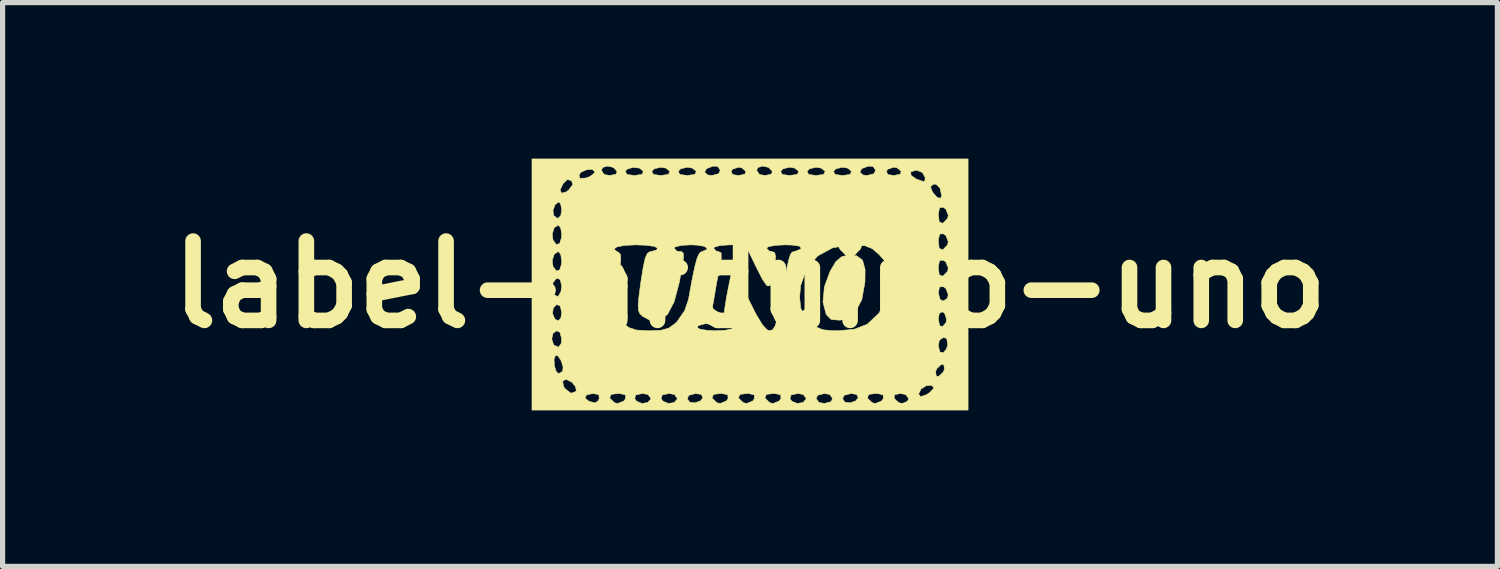
<source format=kicad_pcb>
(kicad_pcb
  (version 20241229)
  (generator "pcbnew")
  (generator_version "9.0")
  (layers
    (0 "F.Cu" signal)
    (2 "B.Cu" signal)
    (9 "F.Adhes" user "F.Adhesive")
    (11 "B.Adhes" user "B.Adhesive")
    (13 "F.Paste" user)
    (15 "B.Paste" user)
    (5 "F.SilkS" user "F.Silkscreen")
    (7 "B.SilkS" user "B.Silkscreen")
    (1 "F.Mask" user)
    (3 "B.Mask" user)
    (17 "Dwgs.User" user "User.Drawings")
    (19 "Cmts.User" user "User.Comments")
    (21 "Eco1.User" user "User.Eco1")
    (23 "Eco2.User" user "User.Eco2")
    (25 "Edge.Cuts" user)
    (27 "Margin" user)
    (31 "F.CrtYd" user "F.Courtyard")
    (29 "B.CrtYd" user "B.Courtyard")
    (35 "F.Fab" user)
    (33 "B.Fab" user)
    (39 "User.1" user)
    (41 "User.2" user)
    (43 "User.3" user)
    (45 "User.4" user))
  (footprint "label-arduino-uno"
    (layer "F.Cu")
    (at 11.365 2.418)
    (property "Reference" "label-arduino-uno" (at 0 0 0) (layer "F.SilkS") (effects (font (size 1.524 1.524) (thickness 0.3))))
    (attr through_hole)
    (fp_poly (pts (xy 2.048 -0.553) (xy 2.162 -0.468) (xy 2.211 -0.292) (xy 2.209 -0.049) (xy 2.148 0.292) (xy 2.022 0.531) (xy 1.836 0.663) (xy 1.728 0.686) (xy 1.561 0.673) (xy 1.465 0.579) (xy 1.465 0.579) (xy 1.402 0.338) (xy 1.429 0.044) (xy 1.54 -0.256) (xy 1.651 -0.442) (xy 1.762 -0.534) (xy 1.861 -0.56) (xy 2.048 -0.553)) (stroke (width 0.01) (type solid)) (fill yes) (layer "F.SilkS"))
    (fp_poly (pts (xy 4.191 2.413) (xy -4.191 2.413) (xy -4.191 2.182) (xy -3.172 2.182) (xy -3.096 2.244) (xy -2.976 2.277) (xy -2.916 2.232) (xy -2.898 2.191) (xy -2.9 2.171) (xy -2.696 2.171) (xy -2.69 2.191) (xy -2.603 2.273) (xy -2.54 2.286) (xy -2.425 2.239) (xy -2.391 2.192) (xy -2.217 2.192) (xy -2.18 2.244) (xy -2.077 2.286) (xy -1.965 2.268) (xy -1.906 2.2) (xy -1.905 2.192) (xy -1.709 2.192) (xy -1.672 2.244) (xy -1.569 2.286) (xy -1.457 2.268) (xy -1.398 2.2) (xy -1.397 2.195) (xy -1.206 2.195) (xy -1.16 2.262) (xy -1.056 2.274) (xy -0.95 2.235) (xy -0.905 2.175) (xy -0.907 2.171) (xy -0.728 2.171) (xy -0.721 2.191) (xy -0.635 2.273) (xy -0.572 2.286) (xy -0.456 2.239) (xy -0.422 2.191) (xy -0.423 2.171) (xy -0.22 2.171) (xy -0.213 2.191) (xy -0.127 2.273) (xy -0.064 2.286) (xy 0.052 2.239) (xy 0.086 2.191) (xy 0.085 2.171) (xy 0.288 2.171) (xy 0.295 2.191) (xy 0.381 2.273) (xy 0.445 2.286) (xy 0.56 2.239) (xy 0.594 2.192) (xy 0.767 2.192) (xy 0.804 2.244) (xy 0.907 2.286) (xy 1.02 2.268) (xy 1.079 2.2) (xy 1.079 2.191) (xy 1.27 2.191) (xy 1.325 2.267) (xy 1.429 2.286) (xy 1.556 2.253) (xy 1.585 2.195) (xy 1.778 2.195) (xy 1.825 2.262) (xy 1.929 2.274) (xy 2.034 2.235) (xy 2.08 2.175) (xy 2.078 2.171) (xy 2.257 2.171) (xy 2.263 2.191) (xy 2.35 2.273) (xy 2.413 2.286) (xy 2.528 2.239) (xy 2.563 2.191) (xy 2.771 2.191) (xy 2.858 2.271) (xy 2.928 2.286) (xy 3.027 2.244) (xy 3.048 2.191) (xy 2.993 2.114) (xy 2.934 2.103) (xy 3.239 2.103) (xy 3.279 2.156) (xy 3.391 2.118) (xy 3.458 2.073) (xy 3.532 1.994) (xy 3.499 1.941) (xy 3.397 1.94) (xy 3.289 2.006) (xy 3.239 2.102) (xy 3.239 2.103) (xy 2.934 2.103) (xy 2.891 2.095) (xy 2.779 2.117) (xy 2.771 2.191) (xy 2.563 2.191) (xy 2.557 2.121) (xy 2.452 2.096) (xy 2.413 2.095) (xy 2.283 2.112) (xy 2.257 2.171) (xy 2.078 2.171) (xy 2.049 2.113) (xy 1.942 2.095) (xy 1.809 2.129) (xy 1.778 2.195) (xy 1.585 2.195) (xy 1.587 2.191) (xy 1.532 2.114) (xy 1.429 2.095) (xy 1.301 2.129) (xy 1.27 2.191) (xy 1.079 2.191) (xy 1.024 2.114) (xy 0.921 2.095) (xy 0.79 2.122) (xy 0.767 2.192) (xy 0.594 2.192) (xy 0.594 2.191) (xy 0.589 2.121) (xy 0.484 2.096) (xy 0.445 2.095) (xy 0.315 2.112) (xy 0.288 2.171) (xy 0.085 2.171) (xy 0.081 2.121) (xy -0.024 2.096) (xy -0.064 2.095) (xy -0.193 2.112) (xy -0.22 2.171) (xy -0.423 2.171) (xy -0.427 2.121) (xy -0.532 2.096) (xy -0.572 2.095) (xy -0.701 2.112) (xy -0.728 2.171) (xy -0.907 2.171) (xy -0.936 2.113) (xy -1.042 2.095) (xy -1.176 2.129) (xy -1.206 2.195) (xy -1.397 2.195) (xy -1.397 2.191) (xy -1.452 2.114) (xy -1.556 2.095) (xy -1.687 2.122) (xy -1.709 2.192) (xy -1.905 2.192) (xy -1.905 2.191) (xy -1.96 2.114) (xy -2.064 2.095) (xy -2.195 2.122) (xy -2.217 2.192) (xy -2.391 2.192) (xy -2.39 2.191) (xy -2.396 2.121) (xy -2.501 2.096) (xy -2.54 2.095) (xy -2.67 2.112) (xy -2.696 2.171) (xy -2.9 2.171) (xy -2.906 2.117) (xy -3.018 2.095) (xy -3.142 2.122) (xy -3.172 2.182) (xy -4.191 2.182) (xy -4.191 1.858) (xy -3.601 1.858) (xy -3.584 1.96) (xy -3.554 2.003) (xy -3.441 2.09) (xy -3.35 2.057) (xy -3.339 2.04) (xy -3.354 1.962) (xy -3.424 1.878) (xy -3.537 1.821) (xy -3.601 1.858) (xy -4.191 1.858) (xy -4.191 1.437) (xy -3.767 1.437) (xy -3.76 1.562) (xy -3.724 1.675) (xy -3.679 1.714) (xy -3.618 1.679) (xy 3.566 1.679) (xy 3.58 1.763) (xy 3.629 1.764) (xy 3.714 1.684) (xy 3.737 1.623) (xy 3.723 1.539) (xy 3.673 1.538) (xy 3.589 1.618) (xy 3.566 1.679) (xy -3.618 1.679) (xy -3.601 1.67) (xy -3.599 1.667) (xy -3.594 1.577) (xy -3.632 1.462) (xy -3.69 1.374) (xy -3.737 1.36) (xy -3.767 1.437) (xy -4.191 1.437) (xy -4.191 1.049) (xy -3.811 1.049) (xy -3.775 1.156) (xy -3.768 1.164) (xy -3.68 1.205) (xy -3.662 1.18) (xy 3.619 1.18) (xy 3.649 1.297) (xy 3.714 1.313) (xy 3.777 1.235) (xy 3.799 1.154) (xy 3.781 1.039) (xy 3.719 1.016) (xy 3.638 1.071) (xy 3.619 1.18) (xy -3.662 1.18) (xy -3.628 1.132) (xy -3.619 1.048) (xy -3.653 0.92) (xy -3.715 0.889) (xy -3.787 0.939) (xy -3.811 1.049) (xy -4.191 1.049) (xy -4.191 0.558) (xy -3.797 0.558) (xy -3.751 0.663) (xy -3.685 0.699) (xy -3.636 0.644) (xy -3.619 0.54) (xy -3.648 0.413) (xy -3.714 0.384) (xy -3.78 0.448) (xy -3.797 0.558) (xy -4.191 0.558) (xy -4.191 0.091) (xy -3.801 0.091) (xy -3.767 0.194) (xy -3.703 0.23) (xy -3.683 0.223) (xy -3.634 0.135) (xy -3.619 0.028) (xy -3.649 -0.096) (xy -3.716 -0.122) (xy -3.784 -0.039) (xy -3.787 -0.032) (xy -3.801 0.091) (xy -4.191 0.091) (xy -4.191 -0.461) (xy -3.802 -0.461) (xy -3.787 -0.349) (xy -3.722 -0.259) (xy -3.658 -0.28) (xy -3.622 -0.397) (xy -3.619 -0.445) (xy -3.638 -0.578) (xy -3.684 -0.635) (xy -3.685 -0.635) (xy -3.764 -0.582) (xy -3.802 -0.461) (xy -4.191 -0.461) (xy -4.191 -0.679) (xy -2.615 -0.679) (xy -2.558 -0.632) (xy -2.527 -0.62) (xy -2.489 -0.577) (xy -2.484 -0.469) (xy -2.511 -0.27) (xy -2.527 -0.179) (xy -2.58 0.143) (xy -2.597 0.371) (xy -2.577 0.531) (xy -2.517 0.654) (xy -2.448 0.733) (xy -2.328 0.828) (xy -2.184 0.875) (xy -1.968 0.889) (xy -1.935 0.889) (xy -1.711 0.879) (xy -1.564 0.839) (xy -1.545 0.826) (xy -1.016 0.826) (xy -0.959 0.86) (xy -0.81 0.883) (xy -0.667 0.889) (xy -0.475 0.879) (xy -0.349 0.852) (xy -0.318 0.826) (xy -0.369 0.769) (xy -0.413 0.762) (xy -0.473 0.738) (xy -0.499 0.653) (xy -0.491 0.491) (xy -0.45 0.233) (xy -0.417 0.064) (xy -0.334 -0.349) (xy -0.036 0.27) (xy 0.117 0.573) (xy 0.235 0.769) (xy 0.325 0.869) (xy 0.378 0.889) (xy 0.435 0.87) (xy 0.482 0.798) (xy 0.526 0.652) (xy 0.576 0.411) (xy 0.602 0.27) (xy 0.606 0.243) (xy 0.953 0.243) (xy 0.975 0.458) (xy 1.063 0.621) (xy 1.138 0.703) (xy 1.265 0.813) (xy 1.396 0.869) (xy 1.581 0.888) (xy 1.686 0.889) (xy 2.005 0.86) (xy 2.245 0.767) (xy 2.256 0.761) (xy 2.356 0.667) (xy 3.619 0.667) (xy 3.644 0.79) (xy 3.699 0.81) (xy 3.766 0.732) (xy 3.778 0.667) (xy 3.741 0.556) (xy 3.699 0.524) (xy 3.637 0.555) (xy 3.619 0.667) (xy 2.356 0.667) (xy 2.48 0.55) (xy 2.62 0.255) (xy 2.633 0.161) (xy 3.619 0.161) (xy 3.653 0.287) (xy 3.715 0.318) (xy 3.793 0.265) (xy 3.81 0.197) (xy 3.766 0.079) (xy 3.715 0.041) (xy 3.641 0.048) (xy 3.619 0.161) (xy 2.633 0.161) (xy 2.667 -0.094) (xy 2.65 -0.308) (xy 2.645 -0.318) (xy 3.619 -0.318) (xy 3.636 -0.188) (xy 3.695 -0.161) (xy 3.715 -0.168) (xy 3.797 -0.254) (xy 3.81 -0.318) (xy 3.763 -0.433) (xy 3.715 -0.467) (xy 3.645 -0.462) (xy 3.62 -0.357) (xy 3.619 -0.318) (xy 2.645 -0.318) (xy 2.581 -0.462) (xy 2.481 -0.576) (xy 2.349 -0.689) (xy 2.212 -0.744) (xy 2.015 -0.761) (xy 1.951 -0.762) (xy 1.592 -0.707) (xy 1.301 -0.55) (xy 1.09 -0.305) (xy 0.973 0.017) (xy 0.953 0.243) (xy 0.606 0.243) (xy 0.664 -0.083) (xy 0.711 -0.331) (xy 0.748 -0.49) (xy 0.779 -0.582) (xy 0.811 -0.623) (xy 0.849 -0.635) (xy 0.86 -0.635) (xy 0.966 -0.677) (xy 0.984 -0.699) (xy 0.952 -0.737) (xy 0.807 -0.758) (xy 0.67 -0.762) (xy 0.478 -0.752) (xy 0.35 -0.725) (xy 0.318 -0.699) (xy 0.369 -0.643) (xy 0.417 -0.635) (xy 0.474 -0.614) (xy 0.492 -0.531) (xy 0.475 -0.356) (xy 0.472 -0.333) (xy 0.431 -0.094) (xy 0.386 0.025) (xy 0.326 0.024) (xy 0.241 -0.096) (xy 0.128 -0.316) (xy -0.088 -0.762) (xy -0.393 -0.762) (xy -0.57 -0.75) (xy -0.68 -0.72) (xy -0.699 -0.699) (xy -0.648 -0.641) (xy -0.61 -0.635) (xy -0.556 -0.607) (xy -0.553 -0.503) (xy -0.572 -0.397) (xy -0.609 -0.211) (xy -0.655 0.044) (xy -0.698 0.302) (xy -0.743 0.544) (xy -0.786 0.685) (xy -0.838 0.749) (xy -0.895 0.762) (xy -0.995 0.79) (xy -1.016 0.826) (xy -1.545 0.826) (xy -1.441 0.751) (xy -1.402 0.713) (xy -1.256 0.502) (xy -1.182 0.285) (xy -1.116 -0.083) (xy -1.062 -0.342) (xy -1.016 -0.509) (xy -0.973 -0.601) (xy -0.928 -0.634) (xy -0.916 -0.635) (xy -0.835 -0.671) (xy -0.826 -0.699) (xy -0.883 -0.735) (xy -1.029 -0.758) (xy -1.143 -0.762) (xy -1.324 -0.751) (xy -1.439 -0.721) (xy -1.46 -0.699) (xy -1.409 -0.642) (xy -1.365 -0.635) (xy -1.312 -0.631) (xy -1.284 -0.604) (xy -1.278 -0.531) (xy -1.297 -0.388) (xy -1.339 -0.154) (xy -1.364 -0.021) (xy -1.459 0.334) (xy -1.584 0.572) (xy -1.738 0.691) (xy -1.918 0.69) (xy -2.062 0.612) (xy -2.116 0.563) (xy -2.145 0.497) (xy -2.15 0.386) (xy -2.132 0.203) (xy -2.097 -0.054) (xy -2.053 -0.332) (xy -2.015 -0.506) (xy -1.973 -0.599) (xy -1.921 -0.633) (xy -1.896 -0.635) (xy -1.798 -0.663) (xy -1.778 -0.699) (xy -1.836 -0.732) (xy -1.991 -0.754) (xy -2.191 -0.762) (xy -2.417 -0.751) (xy -2.563 -0.721) (xy -2.615 -0.679) (xy -4.191 -0.679) (xy -4.191 -0.969) (xy -3.802 -0.969) (xy -3.787 -0.857) (xy -3.722 -0.767) (xy -3.658 -0.788) (xy -3.647 -0.826) (xy 3.619 -0.826) (xy 3.636 -0.696) (xy 3.695 -0.669) (xy 3.715 -0.676) (xy 3.797 -0.762) (xy 3.81 -0.826) (xy 3.763 -0.941) (xy 3.715 -0.975) (xy 3.645 -0.97) (xy 3.62 -0.865) (xy 3.619 -0.826) (xy -3.647 -0.826) (xy -3.622 -0.905) (xy -3.619 -0.953) (xy -3.638 -1.086) (xy -3.684 -1.143) (xy -3.685 -1.143) (xy -3.764 -1.09) (xy -3.802 -0.969) (xy -4.191 -0.969) (xy -4.191 -1.425) (xy -3.787 -1.425) (xy -3.775 -1.328) (xy -3.699 -1.269) (xy -3.639 -1.319) (xy -3.636 -1.333) (xy 3.619 -1.333) (xy 3.636 -1.204) (xy 3.695 -1.177) (xy 3.715 -1.184) (xy 3.797 -1.27) (xy 3.81 -1.333) (xy 3.763 -1.449) (xy 3.715 -1.483) (xy 3.645 -1.478) (xy 3.62 -1.373) (xy 3.619 -1.333) (xy -3.636 -1.333) (xy -3.619 -1.429) (xy -3.639 -1.548) (xy -3.676 -1.587) (xy -3.746 -1.535) (xy -3.787 -1.425) (xy -4.191 -1.425) (xy -4.191 -1.818) (xy -3.65 -1.818) (xy -3.623 -1.755) (xy -3.531 -1.78) (xy -3.485 -1.817) (xy -3.438 -1.878) (xy 3.468 -1.878) (xy 3.505 -1.782) (xy 3.511 -1.772) (xy 3.597 -1.672) (xy 3.664 -1.657) (xy 3.683 -1.709) (xy 3.651 -1.852) (xy 3.575 -1.928) (xy 3.522 -1.927) (xy 3.468 -1.878) (xy -3.438 -1.878) (xy -3.406 -1.921) (xy -3.432 -1.996) (xy -3.511 -2.018) (xy -3.59 -1.943) (xy -3.65 -1.818) (xy -4.191 -1.818) (xy -4.191 -2.111) (xy -3.286 -2.111) (xy -3.271 -2.041) (xy -3.159 -2.046) (xy -3.085 -2.071) (xy -2.998 -2.135) (xy -2.985 -2.17) (xy -3.012 -2.195) (xy -2.857 -2.195) (xy -2.803 -2.114) (xy -2.693 -2.095) (xy -2.574 -2.121) (xy -2.556 -2.175) (xy -2.397 -2.175) (xy -2.364 -2.115) (xy -2.223 -2.095) (xy -2.077 -2.116) (xy -2.048 -2.175) (xy -1.889 -2.175) (xy -1.856 -2.115) (xy -1.714 -2.095) (xy -1.569 -2.116) (xy -1.54 -2.175) (xy -1.381 -2.175) (xy -1.348 -2.115) (xy -1.206 -2.095) (xy -1.061 -2.116) (xy -1.04 -2.158) (xy -0.873 -2.158) (xy -0.812 -2.105) (xy -0.736 -2.095) (xy -0.602 -2.129) (xy -0.581 -2.175) (xy -0.365 -2.175) (xy -0.334 -2.113) (xy -0.222 -2.095) (xy -0.099 -2.12) (xy -0.079 -2.175) (xy -0.103 -2.195) (xy 0.127 -2.195) (xy 0.182 -2.114) (xy 0.291 -2.095) (xy 0.411 -2.121) (xy 0.429 -2.175) (xy 0.587 -2.175) (xy 0.62 -2.115) (xy 0.762 -2.095) (xy 0.908 -2.116) (xy 0.937 -2.175) (xy 1.095 -2.175) (xy 1.128 -2.115) (xy 1.27 -2.095) (xy 1.416 -2.116) (xy 1.445 -2.175) (xy 1.603 -2.175) (xy 1.636 -2.115) (xy 1.778 -2.095) (xy 1.924 -2.116) (xy 1.944 -2.158) (xy 2.111 -2.158) (xy 2.172 -2.105) (xy 2.249 -2.095) (xy 2.382 -2.129) (xy 2.404 -2.175) (xy 2.619 -2.175) (xy 2.651 -2.113) (xy 2.762 -2.095) (xy 2.886 -2.12) (xy 2.901 -2.163) (xy 3.09 -2.163) (xy 3.094 -2.099) (xy 3.195 -2.027) (xy 3.35 -1.973) (xy 3.364 -2.02) (xy 3.365 -2.057) (xy 3.314 -2.152) (xy 3.202 -2.197) (xy 3.094 -2.167) (xy 3.09 -2.163) (xy 2.901 -2.163) (xy 2.905 -2.175) (xy 2.828 -2.242) (xy 2.762 -2.254) (xy 2.651 -2.217) (xy 2.619 -2.175) (xy 2.404 -2.175) (xy 2.413 -2.195) (xy 2.365 -2.271) (xy 2.275 -2.275) (xy 2.147 -2.227) (xy 2.111 -2.158) (xy 1.944 -2.158) (xy 1.953 -2.175) (xy 1.876 -2.237) (xy 1.778 -2.254) (xy 1.652 -2.224) (xy 1.603 -2.175) (xy 1.445 -2.175) (xy 1.368 -2.237) (xy 1.27 -2.254) (xy 1.144 -2.224) (xy 1.095 -2.175) (xy 0.937 -2.175) (xy 0.86 -2.237) (xy 0.762 -2.254) (xy 0.636 -2.224) (xy 0.587 -2.175) (xy 0.429 -2.175) (xy 0.358 -2.25) (xy 0.248 -2.276) (xy 0.154 -2.25) (xy 0.127 -2.195) (xy -0.103 -2.195) (xy -0.157 -2.242) (xy -0.222 -2.254) (xy -0.333 -2.217) (xy -0.365 -2.175) (xy -0.581 -2.175) (xy -0.572 -2.195) (xy -0.62 -2.271) (xy -0.709 -2.275) (xy -0.837 -2.227) (xy -0.873 -2.158) (xy -1.04 -2.158) (xy -1.032 -2.175) (xy -1.108 -2.237) (xy -1.206 -2.254) (xy -1.332 -2.224) (xy -1.381 -2.175) (xy -1.54 -2.175) (xy -1.616 -2.237) (xy -1.714 -2.254) (xy -1.84 -2.224) (xy -1.889 -2.175) (xy -2.048 -2.175) (xy -2.124 -2.237) (xy -2.252 -2.251) (xy -2.365 -2.215) (xy -2.397 -2.175) (xy -2.556 -2.175) (xy -2.626 -2.25) (xy -2.736 -2.276) (xy -2.831 -2.25) (xy -2.857 -2.195) (xy -3.012 -2.195) (xy -3.032 -2.212) (xy -3.135 -2.207) (xy -3.24 -2.164) (xy -3.286 -2.111) (xy -4.191 -2.111) (xy -4.191 -2.413) (xy 4.191 -2.413) (xy 4.191 2.413)) (stroke (width 0.01) (type solid)) (fill yes) (layer "F.SilkS")))
  (gr_rect
    (start -3 -3)
    (end 25.729 7.836)
    (stroke (width 0.1) (type default))
    (fill no)
    (layer "Edge.Cuts")))
</source>
